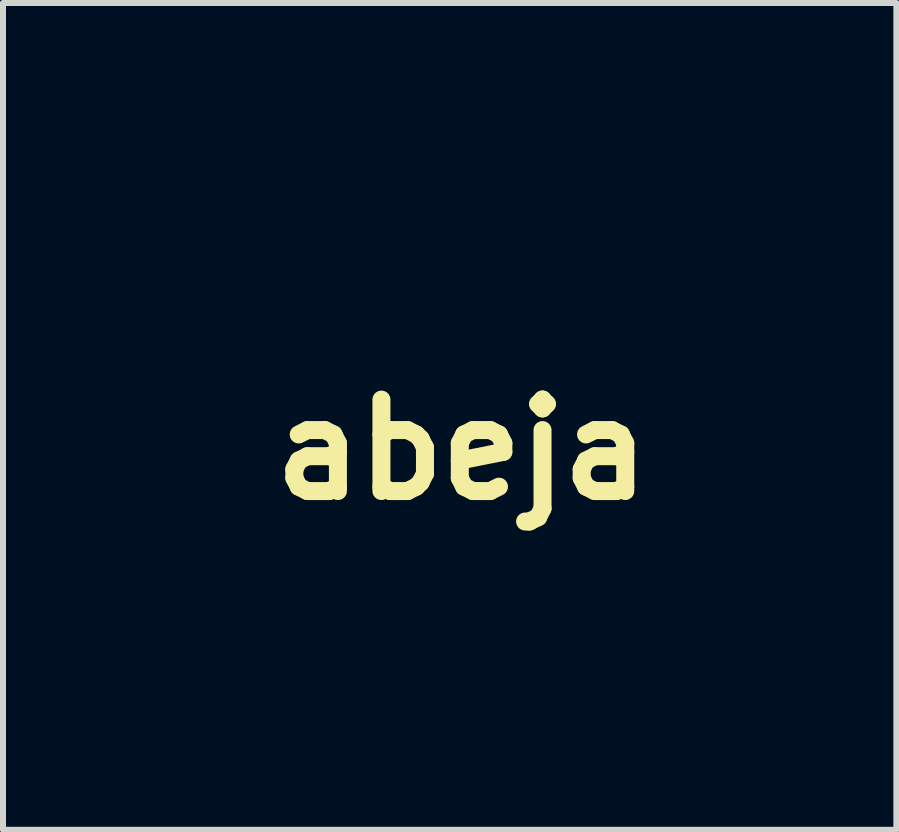
<source format=kicad_pcb>
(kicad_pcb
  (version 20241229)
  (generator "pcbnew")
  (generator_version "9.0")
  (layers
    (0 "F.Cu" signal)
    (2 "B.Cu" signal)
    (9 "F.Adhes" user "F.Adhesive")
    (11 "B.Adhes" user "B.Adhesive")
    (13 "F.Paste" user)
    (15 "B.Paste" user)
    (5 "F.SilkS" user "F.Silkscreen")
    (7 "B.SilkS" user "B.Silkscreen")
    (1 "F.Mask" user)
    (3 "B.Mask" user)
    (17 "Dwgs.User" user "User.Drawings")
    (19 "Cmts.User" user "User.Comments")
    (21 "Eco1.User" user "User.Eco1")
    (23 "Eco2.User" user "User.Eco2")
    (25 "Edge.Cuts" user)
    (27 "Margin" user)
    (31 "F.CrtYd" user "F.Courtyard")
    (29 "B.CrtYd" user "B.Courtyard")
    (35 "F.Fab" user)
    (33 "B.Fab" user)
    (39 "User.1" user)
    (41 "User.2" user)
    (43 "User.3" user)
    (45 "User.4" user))
  (footprint "abeja"
    (layer "F.Cu")
    (at 4.651 4.446)
    (property "Reference" "abeja" (at 0 0 0) (layer "F.SilkS") (effects (font (size 1.524 1.524) (thickness 0.3))))
    (attr through_hole)
    (fp_poly (pts (xy 2.877 2.282) (xy 2.949 2.309) (xy 3.044 2.349) (xy 3.124 2.384) (xy 3.237 2.435) (xy 3.381 2.501) (xy 3.539 2.572) (xy 3.696 2.643) (xy 3.751 2.668) (xy 3.884 2.729) (xy 4.004 2.786) (xy 4.103 2.835) (xy 4.171 2.87) (xy 4.193 2.884) (xy 4.234 2.916) (xy 4.236 2.938) (xy 4.205 2.966) (xy 4.156 2.996) (xy 4.109 2.996) (xy 4.042 2.967) (xy 4.04 2.966) (xy 3.998 2.952) (xy 3.914 2.929) (xy 3.796 2.901) (xy 3.652 2.867) (xy 3.489 2.831) (xy 3.376 2.807) (xy 3.207 2.77) (xy 3.156 2.759) (xy 3.367 2.759) (xy 3.384 2.769) (xy 3.409 2.777) (xy 3.476 2.796) (xy 3.504 2.797) (xy 3.488 2.78) (xy 3.484 2.777) (xy 3.427 2.757) (xy 3.396 2.755) (xy 3.367 2.759) (xy 3.156 2.759) (xy 3.053 2.735) (xy 3.052 2.735) (xy 3.265 2.735) (xy 3.269 2.75) (xy 3.282 2.752) (xy 3.303 2.743) (xy 3.299 2.735) (xy 3.269 2.732) (xy 3.265 2.735) (xy 3.052 2.735) (xy 2.922 2.704) (xy 2.844 2.684) (xy 3.015 2.684) (xy 3.033 2.694) (xy 3.055 2.702) (xy 3.115 2.717) (xy 3.156 2.722) (xy 3.169 2.717) (xy 3.143 2.702) (xy 3.077 2.684) (xy 3.042 2.681) (xy 3.015 2.684) (xy 2.844 2.684) (xy 2.82 2.678) (xy 2.756 2.658) (xy 2.738 2.65) (xy 2.718 2.605) (xy 2.718 2.534) (xy 2.733 2.45) (xy 2.759 2.369) (xy 2.793 2.305) (xy 2.831 2.273) (xy 2.839 2.272) (xy 2.877 2.282)) (stroke (width 0.01) (type solid)) (fill yes) (layer "F.Mask"))
    (fp_poly (pts (xy 2.161 1.131) (xy 2.22 1.177) (xy 2.292 1.248) (xy 2.372 1.333) (xy 2.45 1.425) (xy 2.52 1.514) (xy 2.573 1.593) (xy 2.591 1.629) (xy 2.653 1.791) (xy 2.697 1.971) (xy 2.72 2.148) (xy 2.72 2.282) (xy 2.684 2.451) (xy 2.607 2.624) (xy 2.497 2.792) (xy 2.361 2.941) (xy 2.207 3.063) (xy 2.171 3.085) (xy 2.066 3.14) (xy 1.947 3.193) (xy 1.824 3.241) (xy 1.705 3.281) (xy 1.598 3.311) (xy 1.513 3.327) (xy 1.457 3.328) (xy 1.439 3.312) (xy 1.453 3.281) (xy 1.488 3.227) (xy 1.504 3.205) (xy 1.507 3.201) (xy 1.798 3.201) (xy 1.805 3.206) (xy 1.847 3.193) (xy 1.868 3.181) (xy 1.889 3.161) (xy 1.881 3.157) (xy 1.84 3.169) (xy 1.818 3.181) (xy 1.798 3.201) (xy 1.507 3.201) (xy 1.555 3.127) (xy 1.617 3.018) (xy 1.684 2.89) (xy 1.696 2.866) (xy 1.742 2.866) (xy 1.755 2.878) (xy 1.767 2.866) (xy 1.755 2.853) (xy 1.742 2.866) (xy 1.696 2.866) (xy 1.721 2.815) (xy 1.767 2.815) (xy 1.78 2.828) (xy 1.793 2.815) (xy 1.78 2.803) (xy 1.767 2.815) (xy 1.721 2.815) (xy 1.749 2.757) (xy 1.771 2.709) (xy 2.497 2.709) (xy 2.501 2.713) (xy 2.527 2.683) (xy 2.562 2.625) (xy 2.576 2.599) (xy 2.609 2.53) (xy 2.616 2.503) (xy 2.602 2.516) (xy 2.568 2.567) (xy 2.541 2.614) (xy 2.51 2.674) (xy 2.497 2.709) (xy 1.771 2.709) (xy 1.807 2.63) (xy 1.85 2.523) (xy 1.871 2.458) (xy 1.892 2.382) (xy 1.911 2.325) (xy 1.919 2.31) (xy 1.954 2.233) (xy 1.985 2.114) (xy 2.01 1.963) (xy 2.027 1.789) (xy 2.034 1.616) (xy 2.039 1.446) (xy 2.403 1.446) (xy 2.409 1.461) (xy 2.434 1.488) (xy 2.449 1.482) (xy 2.449 1.479) (xy 2.431 1.457) (xy 2.42 1.449) (xy 2.403 1.446) (xy 2.039 1.446) (xy 2.04 1.436) (xy 2.049 1.302) (xy 2.062 1.225) (xy 2.197 1.225) (xy 2.209 1.237) (xy 2.222 1.225) (xy 2.209 1.212) (xy 2.197 1.225) (xy 2.062 1.225) (xy 2.064 1.207) (xy 2.086 1.148) (xy 2.114 1.12) (xy 2.125 1.116) (xy 2.161 1.131)) (stroke (width 0.01) (type solid)) (fill yes) (layer "F.Mask"))
    (fp_poly (pts (xy -1.86 -0.244) (xy -1.693 -0.203) (xy -1.52 -0.123) (xy -1.354 -0.011) (xy -1.266 0.068) (xy -1.17 0.175) (xy -1.099 0.29) (xy -1.048 0.422) (xy -1.014 0.581) (xy -0.995 0.777) (xy -0.991 0.85) (xy -0.987 0.984) (xy -0.989 1.086) (xy -0.999 1.174) (xy -1.019 1.268) (xy -1.045 1.362) (xy -1.073 1.465) (xy -1.096 1.549) (xy -1.109 1.604) (xy -1.111 1.617) (xy -1.13 1.655) (xy -1.185 1.724) (xy -1.274 1.821) (xy -1.395 1.946) (xy -1.534 2.083) (xy -1.641 2.184) (xy -1.728 2.259) (xy -1.81 2.317) (xy -1.901 2.368) (xy -2.015 2.422) (xy -2.027 2.428) (xy -2.248 2.514) (xy -2.464 2.571) (xy -2.668 2.598) (xy -2.851 2.594) (xy -2.989 2.564) (xy -3.126 2.49) (xy -3.229 2.381) (xy -3.263 2.31) (xy -3.232 2.31) (xy -3.219 2.323) (xy -3.207 2.31) (xy -3.219 2.298) (xy -3.232 2.31) (xy -3.263 2.31) (xy -3.297 2.238) (xy -3.329 2.063) (xy -3.329 2.063) (xy -1.581 2.063) (xy -1.572 2.07) (xy -1.536 2.053) (xy -1.515 2.033) (xy -1.5 2.002) (xy -1.509 1.995) (xy -1.544 2.012) (xy -1.565 2.033) (xy -1.581 2.063) (xy -3.329 2.063) (xy -3.326 1.857) (xy -3.288 1.62) (xy -3.269 1.553) (xy -2.929 1.553) (xy -2.916 1.565) (xy -2.904 1.553) (xy -2.916 1.54) (xy -2.929 1.553) (xy -3.269 1.553) (xy -3.213 1.356) (xy -3.208 1.342) (xy -3.156 1.203) (xy -3.109 1.11) (xy -3.069 1.065) (xy -3.037 1.067) (xy -3.014 1.117) (xy -3.001 1.216) (xy -2.999 1.243) (xy -2.995 1.338) (xy -2.987 1.393) (xy -2.972 1.421) (xy -2.944 1.432) (xy -2.922 1.435) (xy -2.845 1.42) (xy -2.773 1.362) (xy -2.711 1.269) (xy -2.663 1.149) (xy -2.634 1.009) (xy -2.626 0.885) (xy -2.629 0.795) (xy -2.636 0.718) (xy -2.642 0.687) (xy -2.654 0.653) (xy -2.668 0.653) (xy -2.695 0.69) (xy -2.711 0.716) (xy -2.75 0.767) (xy -2.807 0.828) (xy -2.87 0.888) (xy -2.927 0.936) (xy -2.966 0.959) (xy -2.97 0.959) (xy -2.988 0.938) (xy -3.011 0.883) (xy -3.034 0.813) (xy -3.05 0.745) (xy -3.055 0.702) (xy -3.036 0.628) (xy -2.982 0.53) (xy -2.898 0.415) (xy -2.791 0.29) (xy -2.666 0.161) (xy -2.528 0.036) (xy -2.449 -0.029) (xy -2.317 -0.117) (xy -2.171 -0.186) (xy -2.026 -0.23) (xy -1.896 -0.246) (xy -1.86 -0.244)) (stroke (width 0.01) (type solid)) (fill yes) (layer "F.Mask"))
    (fp_poly (pts (xy 0.737 0.518) (xy 0.764 0.527) (xy 0.831 0.543) (xy 0.925 0.563) (xy 0.999 0.577) (xy 1.123 0.605) (xy 1.242 0.638) (xy 1.34 0.671) (xy 1.373 0.686) (xy 1.496 0.745) (xy 1.478 1.06) (xy 1.465 1.232) (xy 1.444 1.426) (xy 1.417 1.632) (xy 1.385 1.836) (xy 1.351 2.027) (xy 1.316 2.192) (xy 1.283 2.319) (xy 1.282 2.321) (xy 1.221 2.489) (xy 1.14 2.669) (xy 1.047 2.847) (xy 0.948 3.008) (xy 0.853 3.14) (xy 0.819 3.179) (xy 0.748 3.254) (xy 0.697 3.3) (xy 0.654 3.323) (xy 0.605 3.331) (xy 0.546 3.331) (xy 0.461 3.322) (xy 0.346 3.298) (xy 0.218 3.264) (xy 0.164 3.247) (xy 0.053 3.21) (xy -0.046 3.175) (xy -0.118 3.147) (xy -0.145 3.135) (xy -0.187 3.093) (xy -0.126 3.093) (xy -0.114 3.106) (xy -0.101 3.093) (xy -0.114 3.08) (xy -0.126 3.093) (xy -0.187 3.093) (xy -0.193 3.087) (xy -0.194 3.023) (xy -0.15 2.946) (xy -0.11 2.904) (xy -0.042 2.828) (xy 0.037 2.725) (xy 0.114 2.613) (xy 1.111 2.613) (xy 1.124 2.626) (xy 1.136 2.613) (xy 1.124 2.601) (xy 1.111 2.613) (xy 0.114 2.613) (xy 0.121 2.604) (xy 0.204 2.473) (xy 0.241 2.411) (xy 1.187 2.411) (xy 1.199 2.424) (xy 1.212 2.411) (xy 1.199 2.399) (xy 1.187 2.411) (xy 0.241 2.411) (xy 0.282 2.343) (xy 0.286 2.335) (xy 1.212 2.335) (xy 1.225 2.348) (xy 1.237 2.335) (xy 1.225 2.323) (xy 1.212 2.335) (xy 0.286 2.335) (xy 0.348 2.222) (xy 0.398 2.118) (xy 0.425 2.042) (xy 0.429 2.017) (xy 0.439 1.97) (xy 0.464 1.899) (xy 0.478 1.865) (xy 0.5 1.803) (xy 1.34 1.803) (xy 1.345 1.836) (xy 1.353 1.836) (xy 1.359 1.803) (xy 1.355 1.788) (xy 1.344 1.778) (xy 1.34 1.803) (xy 0.5 1.803) (xy 0.532 1.709) (xy 0.545 1.654) (xy 1.363 1.654) (xy 1.376 1.666) (xy 1.389 1.654) (xy 1.376 1.641) (xy 1.363 1.654) (xy 0.545 1.654) (xy 0.577 1.515) (xy 0.595 1.389) (xy 1.389 1.389) (xy 1.398 1.409) (xy 1.405 1.405) (xy 1.409 1.376) (xy 1.405 1.372) (xy 1.39 1.375) (xy 1.389 1.389) (xy 0.595 1.389) (xy 0.609 1.295) (xy 0.627 1.06) (xy 0.631 0.9) (xy 0.632 0.761) (xy 0.634 0.664) (xy 0.64 0.601) (xy 0.65 0.563) (xy 0.665 0.541) (xy 0.678 0.532) (xy 0.721 0.516) (xy 0.737 0.518)) (stroke (width 0.01) (type solid)) (fill yes) (layer "F.Mask"))
    (fp_poly (pts (xy -0.019 0.561) (xy 0.032 0.594) (xy 0.056 0.619) (xy 0.067 0.66) (xy 0.074 0.741) (xy 0.075 0.85) (xy 0.072 0.976) (xy 0.065 1.108) (xy 0.055 1.234) (xy 0.041 1.344) (xy 0.038 1.363) (xy 0.003 1.533) (xy -0.037 1.7) (xy -0.081 1.851) (xy -0.124 1.977) (xy -0.164 2.064) (xy -0.165 2.066) (xy -0.204 2.13) (xy -0.259 2.217) (xy -0.318 2.31) (xy -0.322 2.316) (xy -0.373 2.396) (xy -0.411 2.459) (xy -0.43 2.494) (xy -0.431 2.497) (xy -0.451 2.523) (xy -0.501 2.566) (xy -0.567 2.618) (xy -0.637 2.669) (xy -0.697 2.708) (xy -0.735 2.726) (xy -0.739 2.727) (xy -0.786 2.712) (xy -0.811 2.695) (xy -0.841 2.667) (xy -0.783 2.667) (xy -0.763 2.677) (xy -0.721 2.674) (xy -0.682 2.663) (xy -0.671 2.655) (xy -0.682 2.643) (xy -0.72 2.645) (xy -0.767 2.657) (xy -0.783 2.667) (xy -0.841 2.667) (xy -0.871 2.637) (xy -0.945 2.553) (xy -1.02 2.457) (xy -1.087 2.363) (xy -1.135 2.287) (xy -1.146 2.263) (xy -1.178 2.165) (xy -1.18 2.083) (xy -1.175 2.069) (xy -1.13 2.069) (xy -1.127 2.07) (xy -1.103 2.053) (xy -1.098 2.045) (xy -1.092 2.022) (xy -1.095 2.02) (xy -1.118 2.038) (xy -1.124 2.045) (xy -1.13 2.069) (xy -1.175 2.069) (xy -1.149 2) (xy -1.129 1.969) (xy -0.202 1.969) (xy -0.193 1.99) (xy -0.185 1.986) (xy -0.182 1.956) (xy -0.185 1.953) (xy -0.2 1.956) (xy -0.202 1.969) (xy -1.129 1.969) (xy -1.091 1.911) (xy -0.992 1.772) (xy -0.919 1.66) (xy -0.868 1.565) (xy -0.834 1.476) (xy -0.811 1.383) (xy -0.797 1.288) (xy -0.786 1.211) (xy -0.77 1.112) (xy -0.753 1.005) (xy -0.736 0.907) (xy -0.723 0.836) (xy -0.719 0.816) (xy -0.687 0.771) (xy -0.643 0.741) (xy -0.421 0.741) (xy -0.417 0.756) (xy -0.404 0.757) (xy -0.383 0.748) (xy -0.387 0.741) (xy -0.417 0.738) (xy -0.421 0.741) (xy -0.643 0.741) (xy -0.616 0.722) (xy -0.61 0.72) (xy -0.353 0.72) (xy -0.341 0.732) (xy -0.328 0.72) (xy -0.337 0.711) (xy 0.002 0.711) (xy 0.007 0.781) (xy 0.019 0.825) (xy 0.034 0.856) (xy 0.042 0.839) (xy 0.045 0.819) (xy 0.042 0.756) (xy 0.028 0.706) (xy 0.003 0.644) (xy 0.002 0.711) (xy -0.337 0.711) (xy -0.341 0.707) (xy -0.353 0.72) (xy -0.61 0.72) (xy -0.517 0.675) (xy -0.401 0.634) (xy -0.279 0.605) (xy -0.266 0.602) (xy -0.183 0.585) (xy -0.122 0.566) (xy -0.099 0.552) (xy -0.069 0.544) (xy -0.019 0.561)) (stroke (width 0.01) (type solid)) (fill yes) (layer "F.Mask"))
    (fp_poly (pts (xy 1.594 -4.409) (xy 1.647 -4.391) (xy 1.724 -4.358) (xy 1.797 -4.316) (xy 1.875 -4.257) (xy 1.969 -4.173) (xy 2.042 -4.104) (xy 2.158 -3.988) (xy 2.245 -3.89) (xy 2.311 -3.797) (xy 2.364 -3.695) (xy 2.414 -3.568) (xy 2.456 -3.446) (xy 2.513 -3.221) (xy 2.544 -2.974) (xy 2.548 -2.726) (xy 2.525 -2.494) (xy 2.513 -2.438) (xy 2.43 -2.127) (xy 2.326 -1.845) (xy 2.204 -1.601) (xy 2.164 -1.536) (xy 2.102 -1.443) (xy 2.049 -1.367) (xy 2.012 -1.317) (xy 1.998 -1.302) (xy 1.974 -1.273) (xy 1.939 -1.213) (xy 1.917 -1.17) (xy 1.88 -1.113) (xy 1.815 -1.029) (xy 1.728 -0.926) (xy 1.628 -0.814) (xy 1.522 -0.7) (xy 1.419 -0.592) (xy 1.325 -0.5) (xy 1.248 -0.43) (xy 1.205 -0.398) (xy 1.152 -0.356) (xy 1.121 -0.318) (xy 1.121 -0.318) (xy 1.088 -0.284) (xy 1.052 -0.268) (xy 1.008 -0.249) (xy 0.935 -0.208) (xy 0.843 -0.152) (xy 0.783 -0.112) (xy 0.681 -0.045) (xy 0.584 0.017) (xy 0.508 0.065) (xy 0.48 0.082) (xy 0.428 0.108) (xy 0.343 0.144) (xy 0.236 0.188) (xy 0.116 0.235) (xy -0.004 0.281) (xy -0.116 0.322) (xy -0.209 0.355) (xy -0.273 0.375) (xy -0.294 0.379) (xy -0.332 0.361) (xy -0.356 0.338) (xy -0.368 0.299) (xy -0.378 0.216) (xy -0.387 0.096) (xy -0.394 -0.053) (xy -0.398 -0.224) (xy -0.401 -0.412) (xy -0.402 -0.607) (xy -0.401 -0.72) (xy 1.439 -0.72) (xy 1.452 -0.707) (xy 1.464 -0.72) (xy 1.452 -0.732) (xy 1.439 -0.72) (xy -0.401 -0.72) (xy -0.401 -0.805) (xy -0.397 -0.997) (xy -0.391 -1.177) (xy -0.382 -1.338) (xy -0.38 -1.37) (xy -0.351 -1.696) (xy -0.314 -1.982) (xy -0.279 -2.171) (xy -0.252 -2.171) (xy -0.243 -2.151) (xy -0.236 -2.155) (xy -0.233 -2.185) (xy -0.236 -2.188) (xy -0.251 -2.185) (xy -0.252 -2.171) (xy -0.279 -2.171) (xy -0.266 -2.241) (xy -0.26 -2.262) (xy -0.225 -2.262) (xy -0.221 -2.229) (xy -0.212 -2.229) (xy -0.206 -2.263) (xy -0.21 -2.277) (xy -0.221 -2.287) (xy -0.225 -2.262) (xy -0.26 -2.262) (xy -0.204 -2.484) (xy -0.126 -2.722) (xy -0.109 -2.765) (xy -0.076 -2.765) (xy -0.063 -2.752) (xy -0.05 -2.765) (xy -0.063 -2.777) (xy -0.076 -2.765) (xy -0.109 -2.765) (xy -0.03 -2.965) (xy 0.004 -3.042) (xy 0.026 -3.093) (xy 0.076 -3.093) (xy 0.088 -3.08) (xy 0.101 -3.093) (xy 0.088 -3.106) (xy 0.076 -3.093) (xy 0.026 -3.093) (xy 0.044 -3.133) (xy 0.049 -3.143) (xy 0.101 -3.143) (xy 0.114 -3.131) (xy 0.126 -3.143) (xy 0.114 -3.156) (xy 0.101 -3.143) (xy 0.049 -3.143) (xy 0.076 -3.204) (xy 0.107 -3.266) (xy 0.14 -3.329) (xy 0.182 -3.403) (xy 0.208 -3.446) (xy 2.399 -3.446) (xy 2.411 -3.434) (xy 2.424 -3.446) (xy 2.411 -3.459) (xy 2.399 -3.446) (xy 0.208 -3.446) (xy 0.238 -3.498) (xy 0.315 -3.626) (xy 0.32 -3.636) (xy 0.434 -3.805) (xy 0.565 -3.969) (xy 0.707 -4.118) (xy 0.848 -4.243) (xy 0.981 -4.335) (xy 1.017 -4.354) (xy 1.209 -4.422) (xy 1.402 -4.441) (xy 1.594 -4.409)) (stroke (width 0.01) (type solid)) (fill yes) (layer "F.Mask"))
    (fp_poly (pts (xy -3.674 -2.448) (xy -3.57 -2.389) (xy -3.479 -2.294) (xy -3.424 -2.203) (xy -3.382 -2.117) (xy -3.363 -2.068) (xy -3.363 -2.051) (xy -3.381 -2.056) (xy -3.385 -2.059) (xy -3.394 -2.054) (xy -3.379 -2.023) (xy -3.346 -1.982) (xy -3.324 -1.969) (xy -3.319 -1.985) (xy -3.336 -2.013) (xy -3.349 -2.034) (xy -3.331 -2.026) (xy -3.29 -1.995) (xy -3.232 -1.945) (xy -3.163 -1.883) (xy -3.09 -1.813) (xy -3.019 -1.742) (xy -3.003 -1.726) (xy -2.874 -1.585) (xy -2.776 -1.457) (xy -2.696 -1.328) (xy -2.625 -1.181) (xy -2.595 -1.111) (xy -2.544 -0.975) (xy -2.495 -0.827) (xy -2.451 -0.674) (xy -2.414 -0.526) (xy -2.385 -0.391) (xy -2.366 -0.277) (xy -2.36 -0.193) (xy -2.368 -0.147) (xy -2.37 -0.144) (xy -2.397 -0.151) (xy -2.446 -0.188) (xy -2.508 -0.25) (xy -2.515 -0.257) (xy -2.527 -0.269) (xy -2.441 -0.269) (xy -2.437 -0.254) (xy -2.424 -0.252) (xy -2.403 -0.262) (xy -2.407 -0.269) (xy -2.437 -0.272) (xy -2.441 -0.269) (xy -2.527 -0.269) (xy -2.607 -0.354) (xy -2.706 -0.452) (xy -2.802 -0.545) (xy -2.888 -0.622) (xy -2.953 -0.675) (xy -2.978 -0.692) (xy -3.025 -0.719) (xy -3.099 -0.762) (xy -3.164 -0.8) (xy -3.325 -0.879) (xy -3.378 -0.898) (xy -3.249 -0.898) (xy -3.232 -0.884) (xy -3.186 -0.862) (xy -3.169 -0.859) (xy -3.164 -0.87) (xy -3.164 -0.87) (xy -2.994 -0.87) (xy -2.992 -0.858) (xy -2.965 -0.837) (xy -2.936 -0.834) (xy -2.929 -0.843) (xy -2.949 -0.859) (xy -2.968 -0.868) (xy -2.994 -0.87) (xy -3.164 -0.87) (xy -3.181 -0.884) (xy -3.227 -0.905) (xy -3.244 -0.908) (xy -3.249 -0.898) (xy -3.378 -0.898) (xy -3.51 -0.945) (xy -3.703 -0.993) (xy -3.89 -1.022) (xy -4.054 -1.025) (xy -4.085 -1.022) (xy -4.257 -1.006) (xy -4.387 -1.001) (xy -4.482 -1.008) (xy -4.551 -1.028) (xy -4.577 -1.042) (xy -4.583 -1.048) (xy -4.217 -1.048) (xy -4.204 -1.035) (xy -4.191 -1.048) (xy -4.204 -1.06) (xy -4.217 -1.048) (xy -4.583 -1.048) (xy -4.61 -1.077) (xy -4.158 -1.077) (xy -4.154 -1.062) (xy -4.141 -1.06) (xy -4.12 -1.07) (xy -4.124 -1.077) (xy -4.154 -1.08) (xy -4.158 -1.077) (xy -4.61 -1.077) (xy -4.634 -1.104) (xy -4.646 -1.177) (xy -4.614 -1.25) (xy -4.217 -1.25) (xy -4.204 -1.237) (xy -4.191 -1.25) (xy -4.204 -1.262) (xy -4.217 -1.25) (xy -4.614 -1.25) (xy -4.613 -1.252) (xy -4.576 -1.289) (xy -4.528 -1.32) (xy -4.476 -1.333) (xy -4.401 -1.332) (xy -4.361 -1.329) (xy -4.272 -1.316) (xy -4.199 -1.3) (xy -4.169 -1.289) (xy -4.122 -1.274) (xy -4.042 -1.256) (xy -3.945 -1.24) (xy -3.936 -1.239) (xy -3.755 -1.211) (xy -3.599 -1.18) (xy -3.457 -1.141) (xy -3.317 -1.089) (xy -3.167 -1.021) (xy -2.995 -0.933) (xy -2.859 -0.859) (xy -2.759 -0.807) (xy -2.698 -0.784) (xy -2.676 -0.791) (xy -2.676 -0.792) (xy -2.687 -0.853) (xy -2.714 -0.933) (xy -2.746 -1.005) (xy -2.757 -1.023) (xy -2.626 -1.023) (xy -2.613 -1.01) (xy -2.601 -1.023) (xy -2.613 -1.035) (xy -2.626 -1.023) (xy -2.757 -1.023) (xy -2.765 -1.035) (xy -2.793 -1.084) (xy -2.818 -1.144) (xy -2.674 -1.144) (xy -2.661 -1.099) (xy -2.642 -1.07) (xy -2.633 -1.07) (xy -2.634 -1.098) (xy -2.648 -1.128) (xy -2.67 -1.158) (xy -2.674 -1.144) (xy -2.818 -1.144) (xy -2.822 -1.154) (xy -2.826 -1.166) (xy -2.842 -1.199) (xy -2.702 -1.199) (xy -2.689 -1.187) (xy -2.676 -1.199) (xy -2.689 -1.212) (xy -2.702 -1.199) (xy -2.842 -1.199) (xy -2.866 -1.251) (xy -2.935 -1.358) (xy -3.025 -1.476) (xy -3.095 -1.558) (xy -2.925 -1.558) (xy -2.919 -1.544) (xy -2.893 -1.517) (xy -2.879 -1.523) (xy -2.878 -1.526) (xy -2.896 -1.547) (xy -2.907 -1.555) (xy -2.925 -1.558) (xy -3.095 -1.558) (xy -3.126 -1.595) (xy -3.231 -1.704) (xy -3.321 -1.785) (xy -3.422 -1.86) (xy -3.503 -1.905) (xy -3.581 -1.929) (xy -3.604 -1.933) (xy -3.712 -1.955) (xy -3.79 -1.988) (xy -3.86 -2.045) (xy -3.893 -2.079) (xy -3.941 -2.144) (xy -3.961 -2.215) (xy -3.964 -2.277) (xy -3.961 -2.353) (xy -3.948 -2.386) (xy -3.661 -2.386) (xy -3.648 -2.373) (xy -3.636 -2.386) (xy -3.648 -2.399) (xy -3.661 -2.386) (xy -3.948 -2.386) (xy -3.944 -2.397) (xy -3.926 -2.411) (xy -3.712 -2.411) (xy -3.699 -2.399) (xy -3.686 -2.411) (xy -3.699 -2.424) (xy -3.712 -2.411) (xy -3.926 -2.411) (xy -3.905 -2.427) (xy -3.885 -2.438) (xy -3.781 -2.465) (xy -3.674 -2.448)) (stroke (width 0.01) (type solid)) (fill yes) (layer "F.Mask")))
  (gr_rect
    (start -3 -3)
    (end 11.892 10.782)
    (stroke (width 0.1) (type default))
    (fill no)
    (layer "Edge.Cuts")))
</source>
